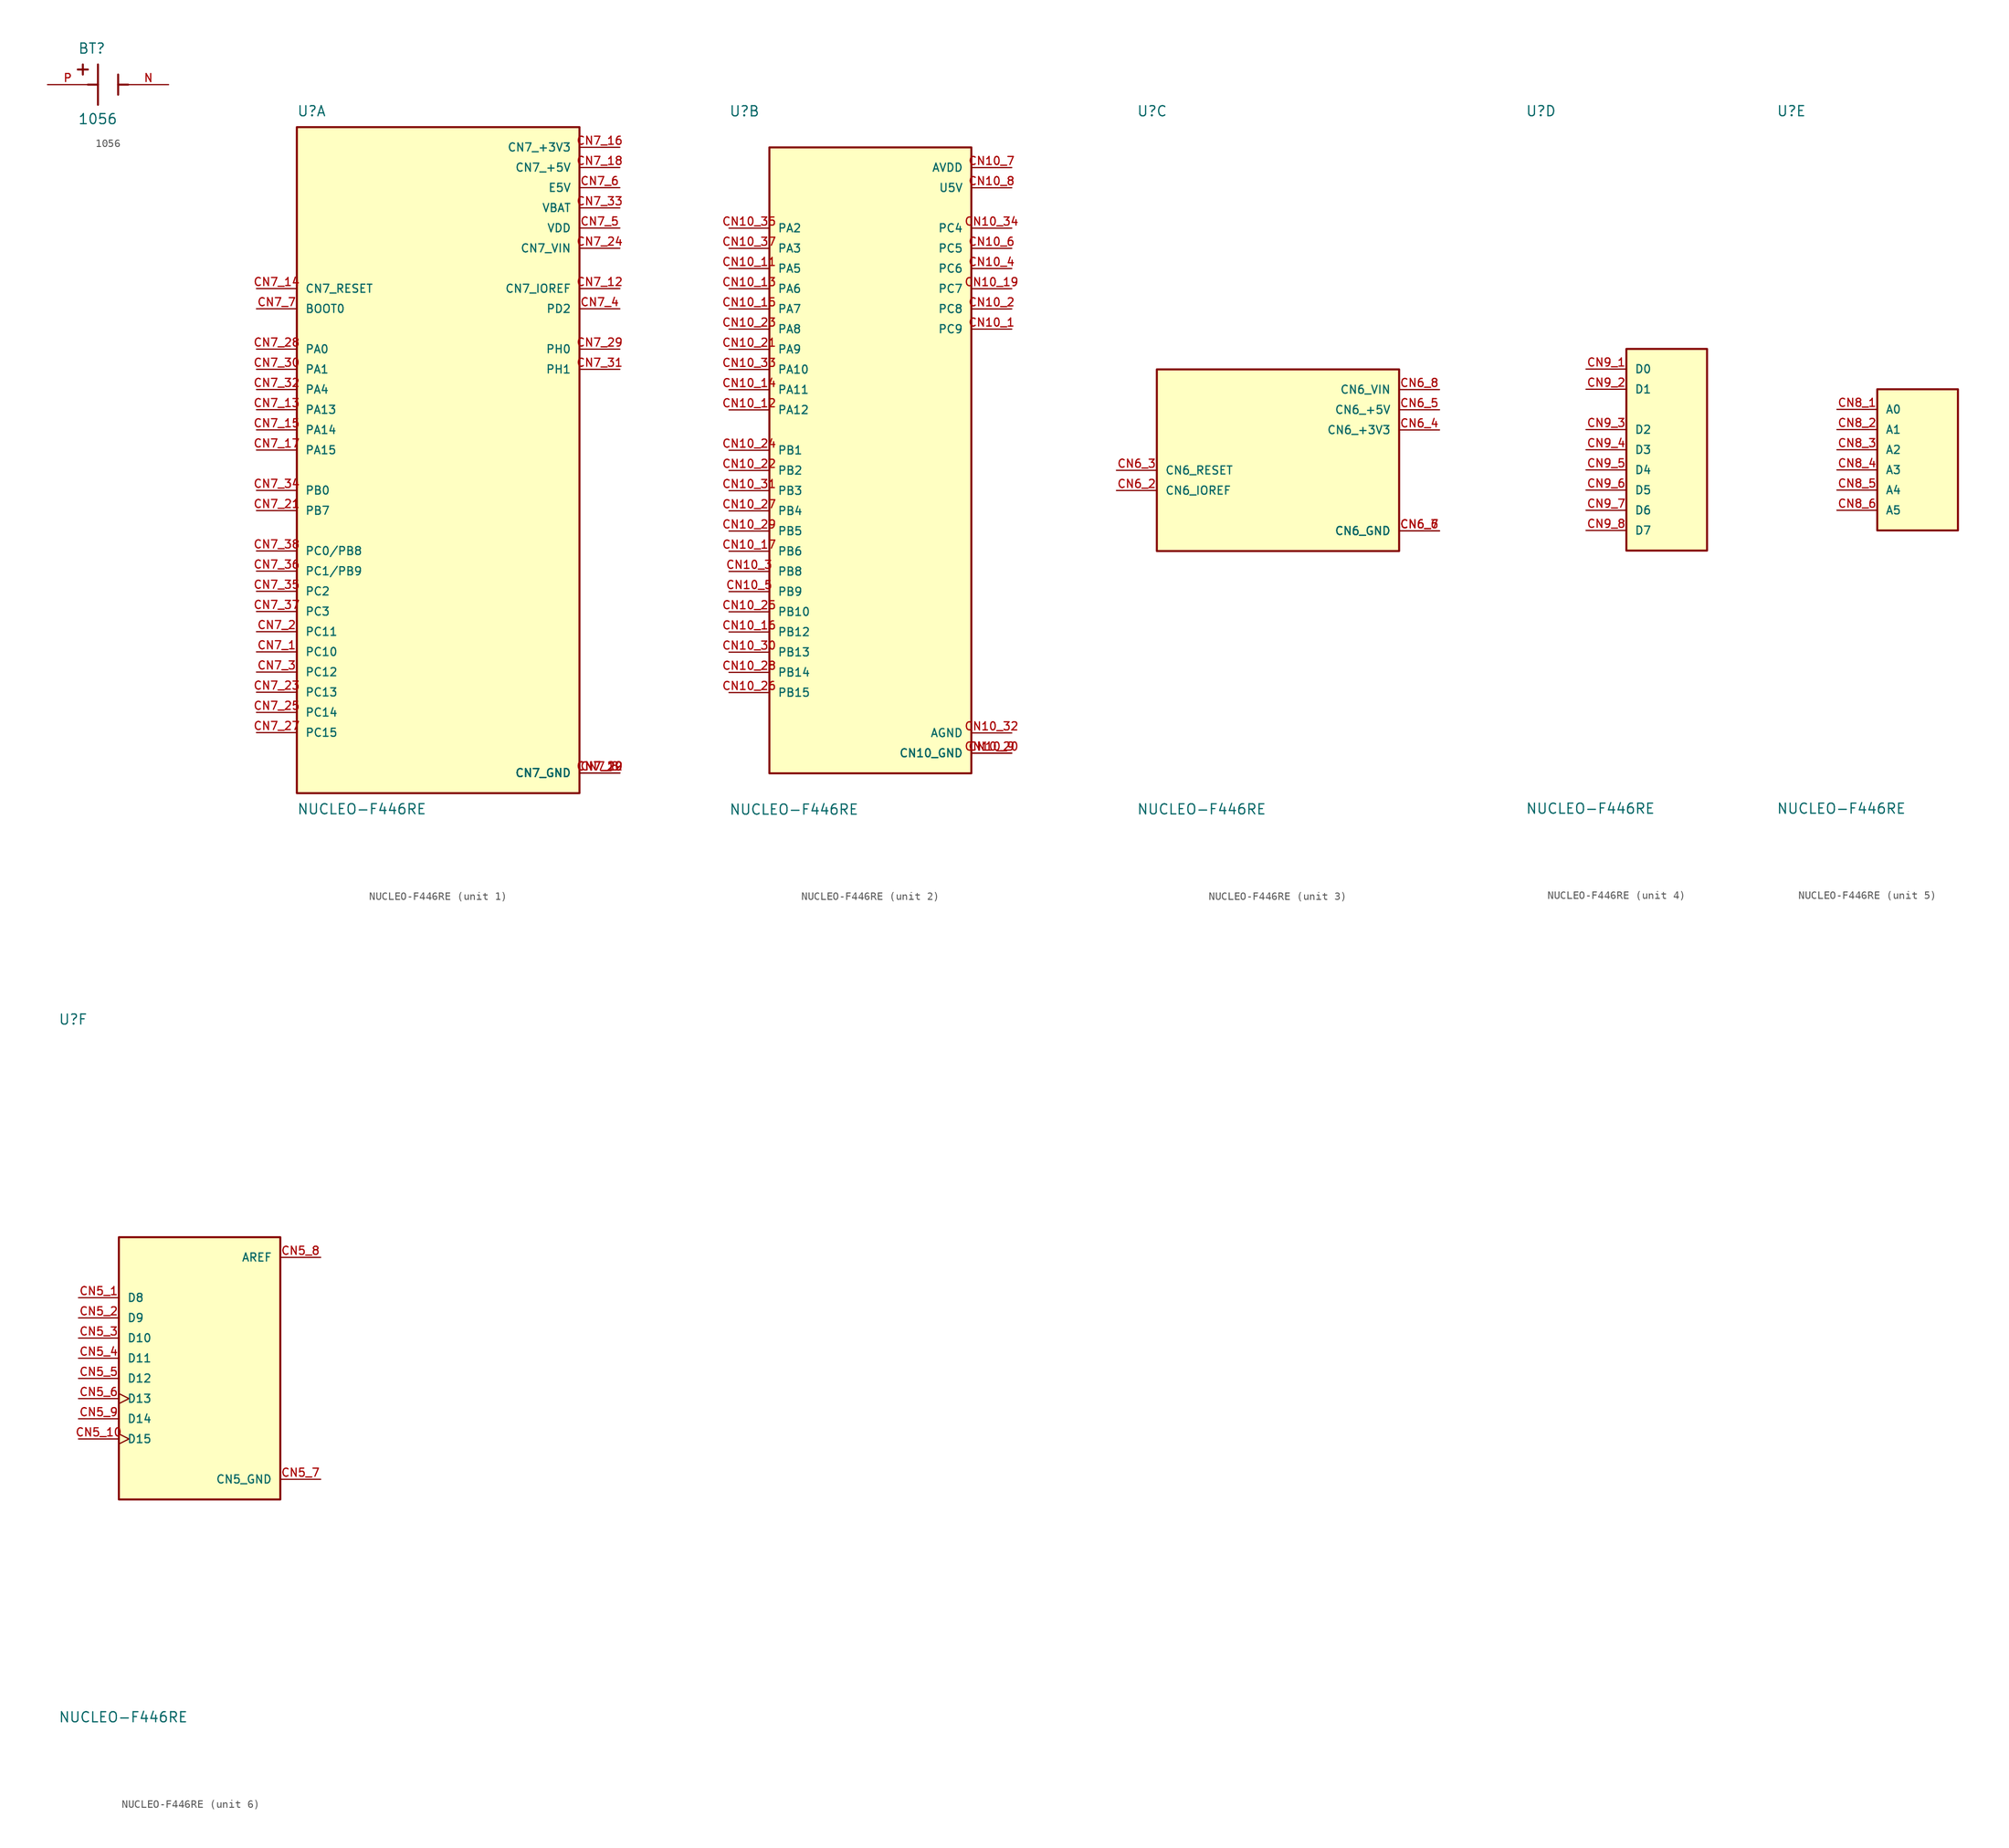
<source format=kicad_sym>
(kicad_symbol_lib
  (version 20231120)
  (generator "kicad_symbol_editor")
  (generator_version "8.0")
  (symbol "1056"
    (pin_names
      (offset 1.016))
    (property "Reference" "BT"
      (at -3.81 3.81 0)
      (effects (font (size 1.27 1.27)) (justify left bottom)))
    (property "Value" "1056"
      (at -3.81 -5.08 0)
      (effects (font (size 1.27 1.27)) (justify left bottom)))
    (symbol "1056_0_0"
      (polyline (pts (xy -3.81 1.905) (xy -2.54 1.905)) (stroke (width 0.254) (type default)) (fill (type none)))
      (polyline (pts (xy -3.175 2.54) (xy -3.175 1.27)) (stroke (width 0.254) (type default)) (fill (type none)))
      (polyline (pts (xy -1.27 0) (xy -2.54 0)) (stroke (width 0.254) (type default)) (fill (type none)))
      (polyline (pts (xy -1.27 0) (xy -1.27 -2.54)) (stroke (width 0.254) (type default)) (fill (type none)))
      (polyline (pts (xy -1.27 2.54) (xy -1.27 0)) (stroke (width 0.254) (type default)) (fill (type none)))
      (polyline (pts (xy 1.27 0) (xy 1.27 -1.27)) (stroke (width 0.254) (type default)) (fill (type none)))
      (polyline (pts (xy 1.27 0) (xy 2.54 0)) (stroke (width 0.254) (type default)) (fill (type none)))
      (polyline (pts (xy 1.27 1.27) (xy 1.27 0)) (stroke (width 0.254) (type default)) (fill (type none)))
      (pin passive line (at 7.62 0 180) (length 5.08) (name "~" (effects (font (size 1.016 1.016)))) (number "N" (effects (font (size 1.016 1.016)))))
      (pin passive line (at -7.62 0 0) (length 5.08) (name "~" (effects (font (size 1.016 1.016)))) (number "P" (effects (font (size 1.016 1.016)))))))
  (symbol "NUCLEO-F446RE"
    (pin_names
      (offset 1.016))
    (property "Reference" "U"
      (at -17.78 41.91 0)
      (effects (font (size 1.27 1.27)) (justify left bottom)))
    (property "Value" "NUCLEO-F446RE"
      (at -17.78 -44.45 0)
      (effects (font (size 1.27 1.27)) (justify left top)))
    (symbol "NUCLEO-F446RE_1_0"
      (rectangle (start -17.78 -43.18) (end 17.78 40.64) (stroke (width 0.254) (type default)) (fill (type background)))
      (pin bidirectional line (at -22.86 -25.4 0) (length 5.08) (name "PC10" (effects (font (size 1.016 1.016)))) (number "CN7_1" (effects (font (size 1.016 1.016)))))
      (pin bidirectional line (at 22.86 20.32 180) (length 5.08) (name "CN7_IOREF" (effects (font (size 1.016 1.016)))) (number "CN7_12" (effects (font (size 1.016 1.016)))))
      (pin bidirectional line (at -22.86 5.08 0) (length 5.08) (name "PA13" (effects (font (size 1.016 1.016)))) (number "CN7_13" (effects (font (size 1.016 1.016)))))
      (pin bidirectional line (at -22.86 20.32 0) (length 5.08) (name "CN7_RESET" (effects (font (size 1.016 1.016)))) (number "CN7_14" (effects (font (size 1.016 1.016)))))
      (pin bidirectional line (at -22.86 2.54 0) (length 5.08) (name "PA14" (effects (font (size 1.016 1.016)))) (number "CN7_15" (effects (font (size 1.016 1.016)))))
      (pin power_in line (at 22.86 38.1 180) (length 5.08) (name "CN7_+3V3" (effects (font (size 1.016 1.016)))) (number "CN7_16" (effects (font (size 1.016 1.016)))))
      (pin bidirectional line (at -22.86 0 0) (length 5.08) (name "PA15" (effects (font (size 1.016 1.016)))) (number "CN7_17" (effects (font (size 1.016 1.016)))))
      (pin power_in line (at 22.86 35.56 180) (length 5.08) (name "CN7_+5V" (effects (font (size 1.016 1.016)))) (number "CN7_18" (effects (font (size 1.016 1.016)))))
      (pin power_in line (at 22.86 -40.64 180) (length 5.08) (name "CN7_GND" (effects (font (size 1.016 1.016)))) (number "CN7_19" (effects (font (size 1.016 1.016)))))
      (pin bidirectional line (at -22.86 -22.86 0) (length 5.08) (name "PC11" (effects (font (size 1.016 1.016)))) (number "CN7_2" (effects (font (size 1.016 1.016)))))
      (pin power_in line (at 22.86 -40.64 180) (length 5.08) (name "CN7_GND" (effects (font (size 1.016 1.016)))) (number "CN7_20" (effects (font (size 1.016 1.016)))))
      (pin bidirectional line (at -22.86 -7.62 0) (length 5.08) (name "PB7" (effects (font (size 1.016 1.016)))) (number "CN7_21" (effects (font (size 1.016 1.016)))))
      (pin power_in line (at 22.86 -40.64 180) (length 5.08) (name "CN7_GND" (effects (font (size 1.016 1.016)))) (number "CN7_22" (effects (font (size 1.016 1.016)))))
      (pin bidirectional line (at -22.86 -30.48 0) (length 5.08) (name "PC13" (effects (font (size 1.016 1.016)))) (number "CN7_23" (effects (font (size 1.016 1.016)))))
      (pin power_in line (at 22.86 25.4 180) (length 5.08) (name "CN7_VIN" (effects (font (size 1.016 1.016)))) (number "CN7_24" (effects (font (size 1.016 1.016)))))
      (pin bidirectional line (at -22.86 -33.02 0) (length 5.08) (name "PC14" (effects (font (size 1.016 1.016)))) (number "CN7_25" (effects (font (size 1.016 1.016)))))
      (pin bidirectional line (at -22.86 -35.56 0) (length 5.08) (name "PC15" (effects (font (size 1.016 1.016)))) (number "CN7_27" (effects (font (size 1.016 1.016)))))
      (pin bidirectional line (at -22.86 12.7 0) (length 5.08) (name "PA0" (effects (font (size 1.016 1.016)))) (number "CN7_28" (effects (font (size 1.016 1.016)))))
      (pin bidirectional line (at 22.86 12.7 180) (length 5.08) (name "PH0" (effects (font (size 1.016 1.016)))) (number "CN7_29" (effects (font (size 1.016 1.016)))))
      (pin bidirectional line (at -22.86 -27.94 0) (length 5.08) (name "PC12" (effects (font (size 1.016 1.016)))) (number "CN7_3" (effects (font (size 1.016 1.016)))))
      (pin bidirectional line (at -22.86 10.16 0) (length 5.08) (name "PA1" (effects (font (size 1.016 1.016)))) (number "CN7_30" (effects (font (size 1.016 1.016)))))
      (pin bidirectional line (at 22.86 10.16 180) (length 5.08) (name "PH1" (effects (font (size 1.016 1.016)))) (number "CN7_31" (effects (font (size 1.016 1.016)))))
      (pin bidirectional line (at -22.86 7.62 0) (length 5.08) (name "PA4" (effects (font (size 1.016 1.016)))) (number "CN7_32" (effects (font (size 1.016 1.016)))))
      (pin power_in line (at 22.86 30.48 180) (length 5.08) (name "VBAT" (effects (font (size 1.016 1.016)))) (number "CN7_33" (effects (font (size 1.016 1.016)))))
      (pin bidirectional line (at -22.86 -5.08 0) (length 5.08) (name "PB0" (effects (font (size 1.016 1.016)))) (number "CN7_34" (effects (font (size 1.016 1.016)))))
      (pin bidirectional line (at -22.86 -17.78 0) (length 5.08) (name "PC2" (effects (font (size 1.016 1.016)))) (number "CN7_35" (effects (font (size 1.016 1.016)))))
      (pin bidirectional line (at -22.86 -15.24 0) (length 5.08) (name "PC1/PB9" (effects (font (size 1.016 1.016)))) (number "CN7_36" (effects (font (size 1.016 1.016)))))
      (pin bidirectional line (at -22.86 -20.32 0) (length 5.08) (name "PC3" (effects (font (size 1.016 1.016)))) (number "CN7_37" (effects (font (size 1.016 1.016)))))
      (pin bidirectional line (at -22.86 -12.7 0) (length 5.08) (name "PC0/PB8" (effects (font (size 1.016 1.016)))) (number "CN7_38" (effects (font (size 1.016 1.016)))))
      (pin bidirectional line (at 22.86 17.78 180) (length 5.08) (name "PD2" (effects (font (size 1.016 1.016)))) (number "CN7_4" (effects (font (size 1.016 1.016)))))
      (pin power_in line (at 22.86 27.94 180) (length 5.08) (name "VDD" (effects (font (size 1.016 1.016)))) (number "CN7_5" (effects (font (size 1.016 1.016)))))
      (pin power_in line (at 22.86 33.02 180) (length 5.08) (name "E5V" (effects (font (size 1.016 1.016)))) (number "CN7_6" (effects (font (size 1.016 1.016)))))
      (pin bidirectional line (at -22.86 17.78 0) (length 5.08) (name "BOOT0" (effects (font (size 1.016 1.016)))) (number "CN7_7" (effects (font (size 1.016 1.016)))))
      (pin power_in line (at 22.86 -40.64 180) (length 5.08) (name "CN7_GND" (effects (font (size 1.016 1.016)))) (number "CN7_8" (effects (font (size 1.016 1.016))))))
    (symbol "NUCLEO-F446RE_2_0"
      (rectangle (start -12.7 -40.64) (end 12.7 38.1) (stroke (width 0.254) (type default)) (fill (type background)))
      (pin bidirectional line (at 17.78 15.24 180) (length 5.08) (name "PC9" (effects (font (size 1.016 1.016)))) (number "CN10_1" (effects (font (size 1.016 1.016)))))
      (pin bidirectional line (at -17.78 22.86 0) (length 5.08) (name "PA5" (effects (font (size 1.016 1.016)))) (number "CN10_11" (effects (font (size 1.016 1.016)))))
      (pin bidirectional line (at -17.78 5.08 0) (length 5.08) (name "PA12" (effects (font (size 1.016 1.016)))) (number "CN10_12" (effects (font (size 1.016 1.016)))))
      (pin bidirectional line (at -17.78 20.32 0) (length 5.08) (name "PA6" (effects (font (size 1.016 1.016)))) (number "CN10_13" (effects (font (size 1.016 1.016)))))
      (pin bidirectional line (at -17.78 7.62 0) (length 5.08) (name "PA11" (effects (font (size 1.016 1.016)))) (number "CN10_14" (effects (font (size 1.016 1.016)))))
      (pin bidirectional line (at -17.78 17.78 0) (length 5.08) (name "PA7" (effects (font (size 1.016 1.016)))) (number "CN10_15" (effects (font (size 1.016 1.016)))))
      (pin bidirectional line (at -17.78 -22.86 0) (length 5.08) (name "PB12" (effects (font (size 1.016 1.016)))) (number "CN10_16" (effects (font (size 1.016 1.016)))))
      (pin bidirectional line (at -17.78 -12.7 0) (length 5.08) (name "PB6" (effects (font (size 1.016 1.016)))) (number "CN10_17" (effects (font (size 1.016 1.016)))))
      (pin bidirectional line (at 17.78 20.32 180) (length 5.08) (name "PC7" (effects (font (size 1.016 1.016)))) (number "CN10_19" (effects (font (size 1.016 1.016)))))
      (pin bidirectional line (at 17.78 17.78 180) (length 5.08) (name "PC8" (effects (font (size 1.016 1.016)))) (number "CN10_2" (effects (font (size 1.016 1.016)))))
      (pin power_in line (at 17.78 -38.1 180) (length 5.08) (name "CN10_GND" (effects (font (size 1.016 1.016)))) (number "CN10_20" (effects (font (size 1.016 1.016)))))
      (pin bidirectional line (at -17.78 12.7 0) (length 5.08) (name "PA9" (effects (font (size 1.016 1.016)))) (number "CN10_21" (effects (font (size 1.016 1.016)))))
      (pin bidirectional line (at -17.78 -2.54 0) (length 5.08) (name "PB2" (effects (font (size 1.016 1.016)))) (number "CN10_22" (effects (font (size 1.016 1.016)))))
      (pin bidirectional line (at -17.78 15.24 0) (length 5.08) (name "PA8" (effects (font (size 1.016 1.016)))) (number "CN10_23" (effects (font (size 1.016 1.016)))))
      (pin bidirectional line (at -17.78 0 0) (length 5.08) (name "PB1" (effects (font (size 1.016 1.016)))) (number "CN10_24" (effects (font (size 1.016 1.016)))))
      (pin bidirectional line (at -17.78 -20.32 0) (length 5.08) (name "PB10" (effects (font (size 1.016 1.016)))) (number "CN10_25" (effects (font (size 1.016 1.016)))))
      (pin bidirectional line (at -17.78 -30.48 0) (length 5.08) (name "PB15" (effects (font (size 1.016 1.016)))) (number "CN10_26" (effects (font (size 1.016 1.016)))))
      (pin bidirectional line (at -17.78 -7.62 0) (length 5.08) (name "PB4" (effects (font (size 1.016 1.016)))) (number "CN10_27" (effects (font (size 1.016 1.016)))))
      (pin bidirectional line (at -17.78 -27.94 0) (length 5.08) (name "PB14" (effects (font (size 1.016 1.016)))) (number "CN10_28" (effects (font (size 1.016 1.016)))))
      (pin bidirectional line (at -17.78 -10.16 0) (length 5.08) (name "PB5" (effects (font (size 1.016 1.016)))) (number "CN10_29" (effects (font (size 1.016 1.016)))))
      (pin bidirectional line (at -17.78 -15.24 0) (length 5.08) (name "PB8" (effects (font (size 1.016 1.016)))) (number "CN10_3" (effects (font (size 1.016 1.016)))))
      (pin bidirectional line (at -17.78 -25.4 0) (length 5.08) (name "PB13" (effects (font (size 1.016 1.016)))) (number "CN10_30" (effects (font (size 1.016 1.016)))))
      (pin bidirectional line (at -17.78 -5.08 0) (length 5.08) (name "PB3" (effects (font (size 1.016 1.016)))) (number "CN10_31" (effects (font (size 1.016 1.016)))))
      (pin power_in line (at 17.78 -35.56 180) (length 5.08) (name "AGND" (effects (font (size 1.016 1.016)))) (number "CN10_32" (effects (font (size 1.016 1.016)))))
      (pin bidirectional line (at -17.78 10.16 0) (length 5.08) (name "PA10" (effects (font (size 1.016 1.016)))) (number "CN10_33" (effects (font (size 1.016 1.016)))))
      (pin bidirectional line (at 17.78 27.94 180) (length 5.08) (name "PC4" (effects (font (size 1.016 1.016)))) (number "CN10_34" (effects (font (size 1.016 1.016)))))
      (pin bidirectional line (at -17.78 27.94 0) (length 5.08) (name "PA2" (effects (font (size 1.016 1.016)))) (number "CN10_35" (effects (font (size 1.016 1.016)))))
      (pin bidirectional line (at -17.78 25.4 0) (length 5.08) (name "PA3" (effects (font (size 1.016 1.016)))) (number "CN10_37" (effects (font (size 1.016 1.016)))))
      (pin bidirectional line (at 17.78 22.86 180) (length 5.08) (name "PC6" (effects (font (size 1.016 1.016)))) (number "CN10_4" (effects (font (size 1.016 1.016)))))
      (pin bidirectional line (at -17.78 -17.78 0) (length 5.08) (name "PB9" (effects (font (size 1.016 1.016)))) (number "CN10_5" (effects (font (size 1.016 1.016)))))
      (pin bidirectional line (at 17.78 25.4 180) (length 5.08) (name "PC5" (effects (font (size 1.016 1.016)))) (number "CN10_6" (effects (font (size 1.016 1.016)))))
      (pin power_in line (at 17.78 35.56 180) (length 5.08) (name "AVDD" (effects (font (size 1.016 1.016)))) (number "CN10_7" (effects (font (size 1.016 1.016)))))
      (pin power_in line (at 17.78 33.02 180) (length 5.08) (name "U5V" (effects (font (size 1.016 1.016)))) (number "CN10_8" (effects (font (size 1.016 1.016)))))
      (pin power_in line (at 17.78 -38.1 180) (length 5.08) (name "CN10_GND" (effects (font (size 1.016 1.016)))) (number "CN10_9" (effects (font (size 1.016 1.016))))))
    (symbol "NUCLEO-F446RE_3_0"
      (rectangle (start -15.24 -12.7) (end 15.24 10.16) (stroke (width 0.254) (type default)) (fill (type background)))
      (pin bidirectional line (at -20.32 -5.08 0) (length 5.08) (name "CN6_IOREF" (effects (font (size 1.016 1.016)))) (number "CN6_2" (effects (font (size 1.016 1.016)))))
      (pin bidirectional line (at -20.32 -2.54 0) (length 5.08) (name "CN6_RESET" (effects (font (size 1.016 1.016)))) (number "CN6_3" (effects (font (size 1.016 1.016)))))
      (pin power_in line (at 20.32 2.54 180) (length 5.08) (name "CN6_+3V3" (effects (font (size 1.016 1.016)))) (number "CN6_4" (effects (font (size 1.016 1.016)))))
      (pin power_in line (at 20.32 5.08 180) (length 5.08) (name "CN6_+5V" (effects (font (size 1.016 1.016)))) (number "CN6_5" (effects (font (size 1.016 1.016)))))
      (pin power_in line (at 20.32 -10.16 180) (length 5.08) (name "CN6_GND" (effects (font (size 1.016 1.016)))) (number "CN6_6" (effects (font (size 1.016 1.016)))))
      (pin power_in line (at 20.32 -10.16 180) (length 5.08) (name "CN6_GND" (effects (font (size 1.016 1.016)))) (number "CN6_7" (effects (font (size 1.016 1.016)))))
      (pin power_in line (at 20.32 7.62 180) (length 5.08) (name "CN6_VIN" (effects (font (size 1.016 1.016)))) (number "CN6_8" (effects (font (size 1.016 1.016))))))
    (symbol "NUCLEO-F446RE_4_0"
      (rectangle (start -5.08 -12.7) (end 5.08 12.7) (stroke (width 0.254) (type default)) (fill (type background)))
      (pin input line (at -10.16 10.16 0) (length 5.08) (name "D0" (effects (font (size 1.016 1.016)))) (number "CN9_1" (effects (font (size 1.016 1.016)))))
      (pin output line (at -10.16 7.62 0) (length 5.08) (name "D1" (effects (font (size 1.016 1.016)))) (number "CN9_2" (effects (font (size 1.016 1.016)))))
      (pin bidirectional line (at -10.16 2.54 0) (length 5.08) (name "D2" (effects (font (size 1.016 1.016)))) (number "CN9_3" (effects (font (size 1.016 1.016)))))
      (pin bidirectional line (at -10.16 0 0) (length 5.08) (name "D3" (effects (font (size 1.016 1.016)))) (number "CN9_4" (effects (font (size 1.016 1.016)))))
      (pin bidirectional line (at -10.16 -2.54 0) (length 5.08) (name "D4" (effects (font (size 1.016 1.016)))) (number "CN9_5" (effects (font (size 1.016 1.016)))))
      (pin bidirectional line (at -10.16 -5.08 0) (length 5.08) (name "D5" (effects (font (size 1.016 1.016)))) (number "CN9_6" (effects (font (size 1.016 1.016)))))
      (pin bidirectional line (at -10.16 -7.62 0) (length 5.08) (name "D6" (effects (font (size 1.016 1.016)))) (number "CN9_7" (effects (font (size 1.016 1.016)))))
      (pin bidirectional line (at -10.16 -10.16 0) (length 5.08) (name "D7" (effects (font (size 1.016 1.016)))) (number "CN9_8" (effects (font (size 1.016 1.016))))))
    (symbol "NUCLEO-F446RE_5_0"
      (rectangle (start -5.08 -10.16) (end 5.08 7.62) (stroke (width 0.254) (type default)) (fill (type background)))
      (pin input line (at -10.16 5.08 0) (length 5.08) (name "A0" (effects (font (size 1.016 1.016)))) (number "CN8_1" (effects (font (size 1.016 1.016)))))
      (pin input line (at -10.16 2.54 0) (length 5.08) (name "A1" (effects (font (size 1.016 1.016)))) (number "CN8_2" (effects (font (size 1.016 1.016)))))
      (pin input line (at -10.16 0 0) (length 5.08) (name "A2" (effects (font (size 1.016 1.016)))) (number "CN8_3" (effects (font (size 1.016 1.016)))))
      (pin input line (at -10.16 -2.54 0) (length 5.08) (name "A3" (effects (font (size 1.016 1.016)))) (number "CN8_4" (effects (font (size 1.016 1.016)))))
      (pin input line (at -10.16 -5.08 0) (length 5.08) (name "A4" (effects (font (size 1.016 1.016)))) (number "CN8_5" (effects (font (size 1.016 1.016)))))
      (pin input line (at -10.16 -7.62 0) (length 5.08) (name "A5" (effects (font (size 1.016 1.016)))) (number "CN8_6" (effects (font (size 1.016 1.016))))))
    (symbol "NUCLEO-F446RE_6_0"
      (rectangle (start -10.16 -17.78) (end 10.16 15.24) (stroke (width 0.254) (type default)) (fill (type background)))
      (pin bidirectional line (at -15.24 7.62 0) (length 5.08) (name "D8" (effects (font (size 1.016 1.016)))) (number "CN5_1" (effects (font (size 1.016 1.016)))))
      (pin bidirectional clock (at -15.24 -10.16 0) (length 5.08) (name "D15" (effects (font (size 1.016 1.016)))) (number "CN5_10" (effects (font (size 1.016 1.016)))))
      (pin bidirectional line (at -15.24 5.08 0) (length 5.08) (name "D9" (effects (font (size 1.016 1.016)))) (number "CN5_2" (effects (font (size 1.016 1.016)))))
      (pin bidirectional line (at -15.24 2.54 0) (length 5.08) (name "D10" (effects (font (size 1.016 1.016)))) (number "CN5_3" (effects (font (size 1.016 1.016)))))
      (pin bidirectional line (at -15.24 0 0) (length 5.08) (name "D11" (effects (font (size 1.016 1.016)))) (number "CN5_4" (effects (font (size 1.016 1.016)))))
      (pin bidirectional line (at -15.24 -2.54 0) (length 5.08) (name "D12" (effects (font (size 1.016 1.016)))) (number "CN5_5" (effects (font (size 1.016 1.016)))))
      (pin bidirectional clock (at -15.24 -5.08 0) (length 5.08) (name "D13" (effects (font (size 1.016 1.016)))) (number "CN5_6" (effects (font (size 1.016 1.016)))))
      (pin power_in line (at 15.24 -15.24 180) (length 5.08) (name "CN5_GND" (effects (font (size 1.016 1.016)))) (number "CN5_7" (effects (font (size 1.016 1.016)))))
      (pin power_in line (at 15.24 12.7 180) (length 5.08) (name "AREF" (effects (font (size 1.016 1.016)))) (number "CN5_8" (effects (font (size 1.016 1.016)))))
      (pin bidirectional line (at -15.24 -7.62 0) (length 5.08) (name "D14" (effects (font (size 1.016 1.016)))) (number "CN5_9" (effects (font (size 1.016 1.016))))))))
</source>
